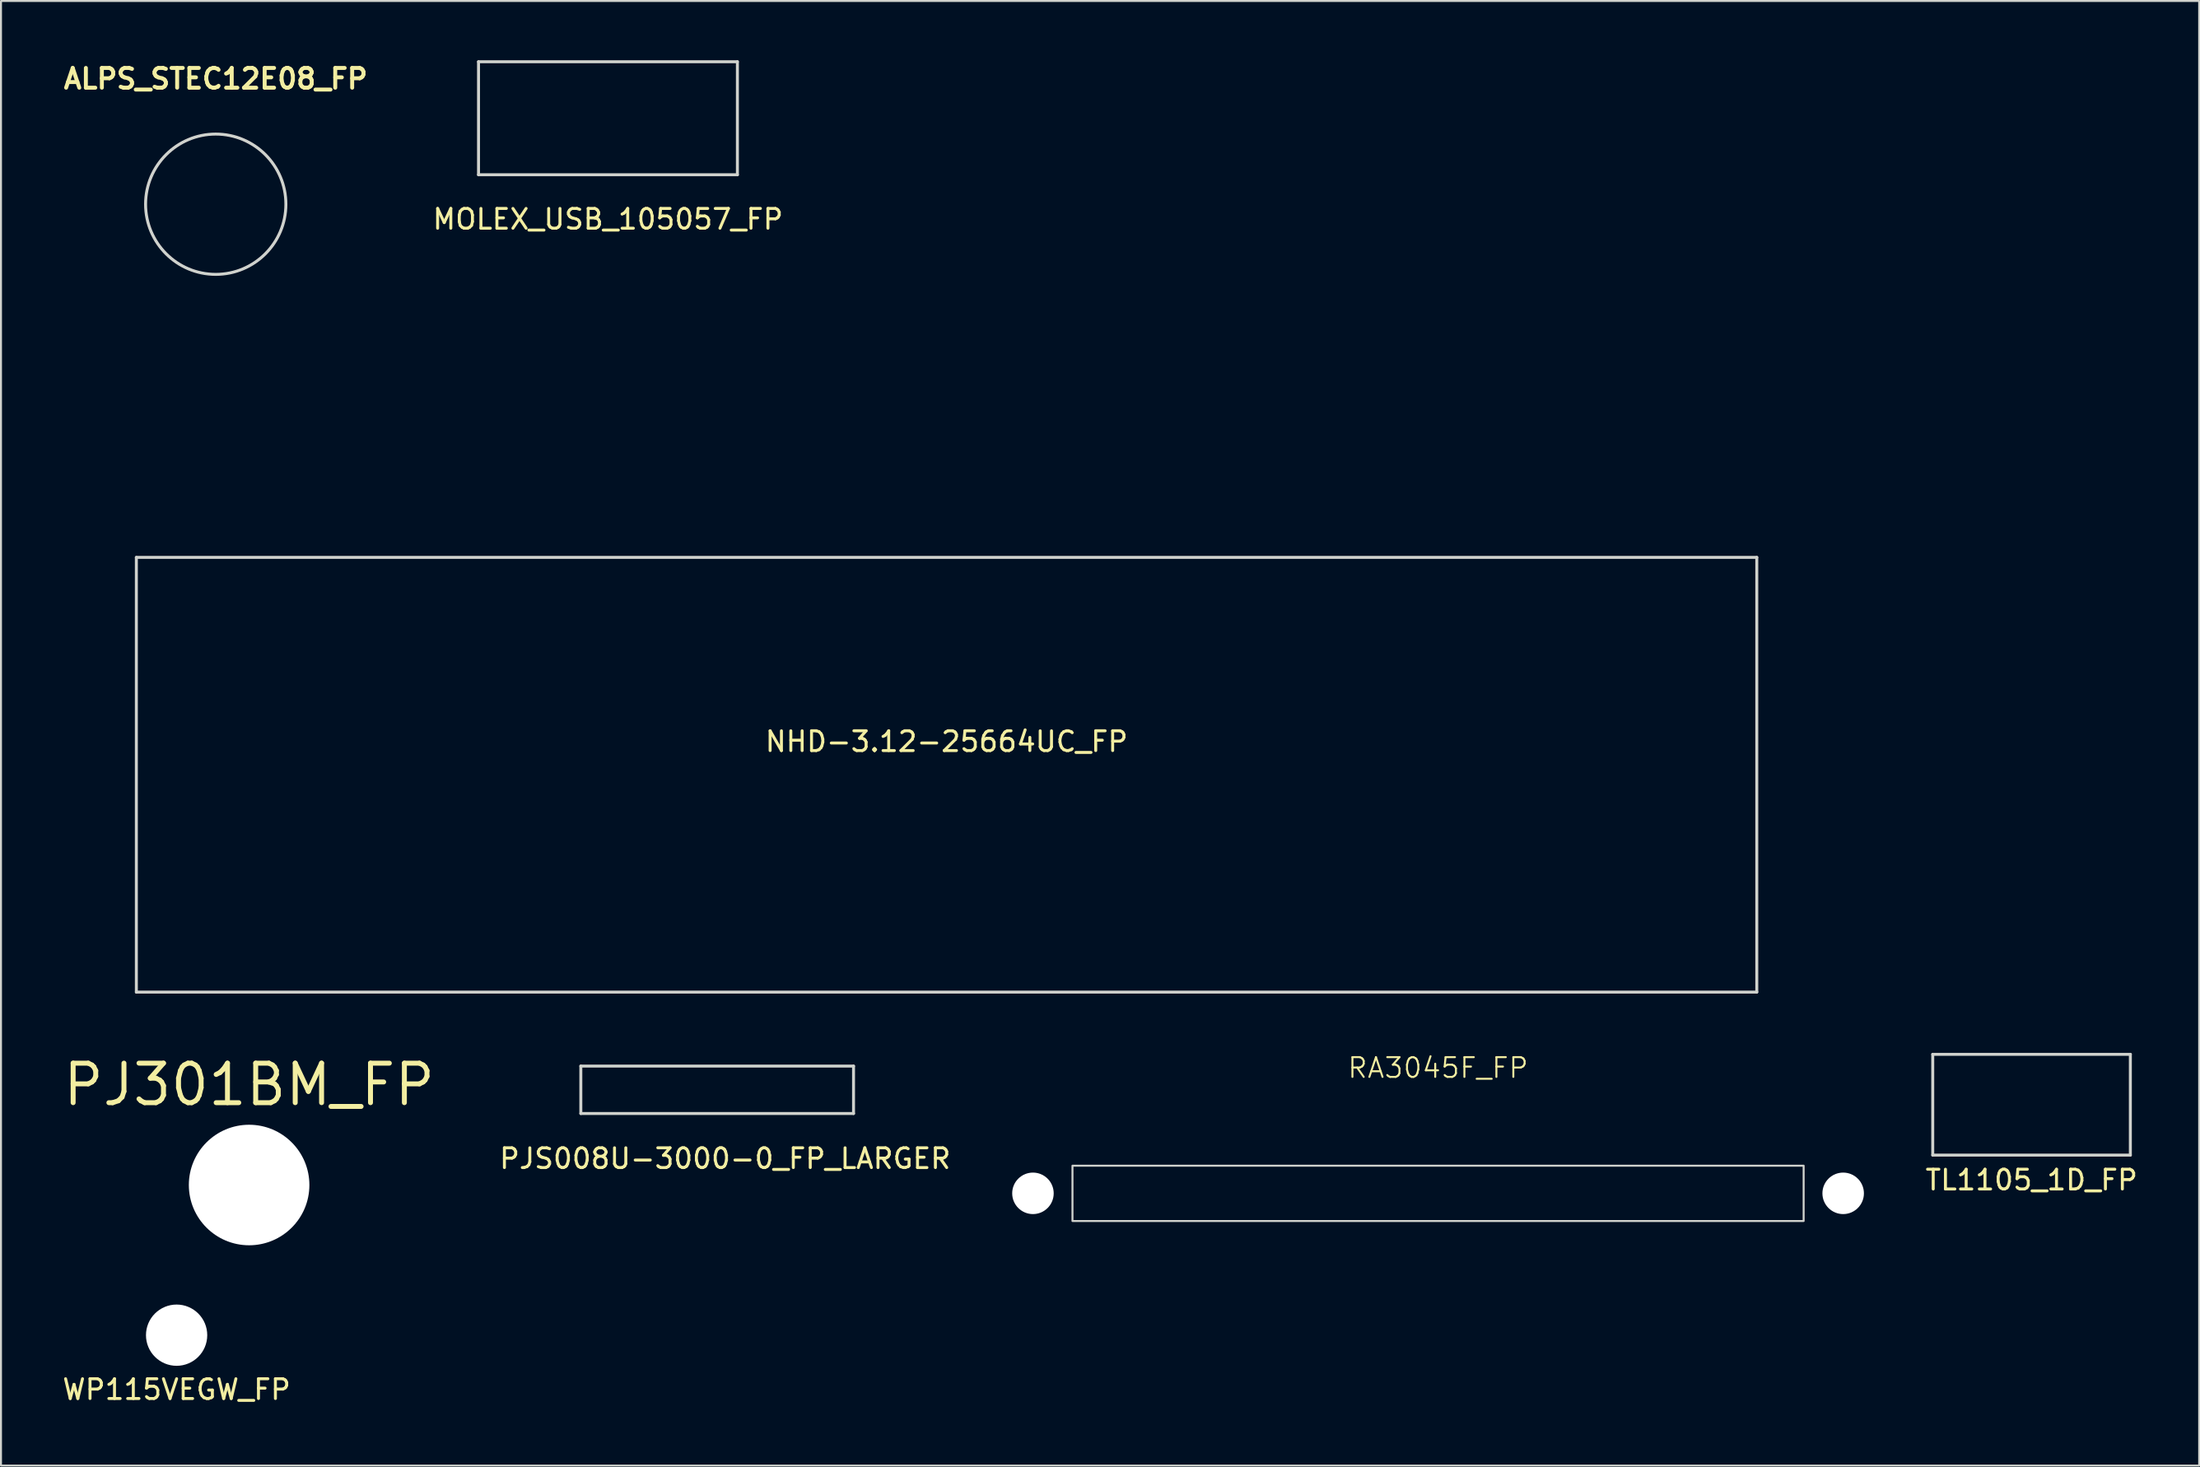
<source format=kicad_pcb>
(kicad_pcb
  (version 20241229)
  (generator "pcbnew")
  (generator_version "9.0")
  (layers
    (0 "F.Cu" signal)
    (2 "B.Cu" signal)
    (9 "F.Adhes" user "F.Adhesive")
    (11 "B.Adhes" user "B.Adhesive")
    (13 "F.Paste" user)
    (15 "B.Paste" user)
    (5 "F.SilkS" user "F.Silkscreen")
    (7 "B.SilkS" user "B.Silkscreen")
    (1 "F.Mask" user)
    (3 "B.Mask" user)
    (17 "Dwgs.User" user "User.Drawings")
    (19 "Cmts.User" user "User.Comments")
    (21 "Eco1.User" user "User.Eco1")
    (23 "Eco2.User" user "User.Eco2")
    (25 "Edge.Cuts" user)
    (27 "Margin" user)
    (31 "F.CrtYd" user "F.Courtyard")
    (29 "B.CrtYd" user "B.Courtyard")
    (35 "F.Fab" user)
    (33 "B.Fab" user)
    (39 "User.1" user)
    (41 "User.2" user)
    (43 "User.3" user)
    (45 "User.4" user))
  (footprint "WP115VEGW_FP"
    (layer "F.Cu")
    (at 5.887 64.525)
    (property "Reference" "WP115VEGW_FP" (at 0 2.75 0) (layer "F.SilkS") (effects (font (size 1 1) (thickness 0.15))))
    (attr through_hole)
    (pad "" np_thru_hole circle (at 0 0) (size 3.1 3.1) (drill 3.1) (layers "*.Cu" "*.Mask")))
  (footprint "ALPS_STEC12E08_FP"
    (layer "F.Cu")
    (at 7.867 7.286)
    (property "Reference" "ALPS_STEC12E08_FP" (at 0 -6.35 0) (layer "F.SilkS") (effects (font (size 1 1) (thickness 0.2))))
    (attr through_hole)
    (fp_circle (center 0 0) (end 3.55 0) (stroke (width 0.15) (type solid)) (fill no) (layer "Edge.Cuts")))
  (footprint "PJ301BM_FP"
    (layer "F.Cu")
    (at 9.556 56.925)
    (property "Reference" "PJ301BM_FP" (at 0 -5.08 0) (layer "F.SilkS") (effects (font (size 2 2) (thickness 0.25))))
    (attr through_hole)
    (pad "" np_thru_hole circle (at 0 0) (size 6.1 6.1) (drill 6.1) (layers "*.Cu" "*.Mask")))
  (footprint "TL1105_1D_FP"
    (layer "F.Cu")
    (at 99.754 52.861)
    (property "Reference" "TL1105_1D_FP" (at 0 3.81 0) (layer "F.SilkS") (effects (font (size 1 1) (thickness 0.15))))
    (attr through_hole)
    (fp_line (start -5 -2.55) (end 5 -2.55) (stroke (width 0.15) (type solid)) (layer "Edge.Cuts"))
    (fp_line (start -5 2.55) (end -5 -2.55) (stroke (width 0.15) (type solid)) (layer "Edge.Cuts"))
    (fp_line (start 5 -2.55) (end 5 2.55) (stroke (width 0.15) (type solid)) (layer "Edge.Cuts"))
    (fp_line (start 5 2.55) (end -5 2.55) (stroke (width 0.15) (type solid)) (layer "Edge.Cuts")))
  (footprint "NHD-3.12-25664UC_FP"
    (layer "F.Cu")
    (at 0.25 14.161)
    (property "Reference" "NHD-3.12-25664UC_FP" (at 44.6 20.32 0) (layer "F.SilkS") (effects (font (size 1 1) (thickness 0.15))))
    (attr through_hole)
    (fp_line (start 3.6 11) (end 3.6 33) (stroke (width 0.15) (type solid)) (layer "Edge.Cuts"))
    (fp_line (start 3.6 11) (end 85.6 11) (stroke (width 0.15) (type solid)) (layer "Edge.Cuts"))
    (fp_line (start 3.6 33) (end 85.6 33) (stroke (width 0.15) (type solid)) (layer "Edge.Cuts"))
    (fp_line (start 85.6 11) (end 85.6 33) (stroke (width 0.15) (type solid)) (layer "Edge.Cuts")))
  (footprint "PJS008U-3000-0_FP_LARGER"
    (layer "F.Cu")
    (at 33.642 50.486)
    (property "Reference" "PJS008U-3000-0_FP_LARGER" (at 0 5.1 0) (layer "F.SilkS") (effects (font (size 1 1) (thickness 0.15))))
    (attr through_hole)
    (fp_line (start -7.3 0.42) (end -7.3 2.82) (stroke (width 0.15) (type solid)) (layer "Edge.Cuts"))
    (fp_line (start -7.3 0.42) (end 6.5 0.42) (stroke (width 0.15) (type solid)) (layer "Edge.Cuts"))
    (fp_line (start -7.3 2.82) (end 6.5 2.82) (stroke (width 0.15) (type solid)) (layer "Edge.Cuts"))
    (fp_line (start 6.5 0.42) (end 6.5 2.82) (stroke (width 0.15) (type solid)) (layer "Edge.Cuts")))
  (footprint "MOLEX_USB_105057_FP"
    (layer "F.Cu")
    (at 27.715 4.235)
    (property "Reference" "MOLEX_USB_105057_FP" (at 0 3.81 0) (layer "F.SilkS") (effects (font (size 1 1) (thickness 0.15))))
    (attr through_hole)
    (fp_line (start -6.55 -4.16) (end -6.55 1.56) (stroke (width 0.15) (type solid)) (layer "Edge.Cuts"))
    (fp_line (start -6.55 -4.16) (end 6.55 -4.16) (stroke (width 0.15) (type solid)) (layer "Edge.Cuts"))
    (fp_line (start -6.55 1.56) (end 6.55 1.56) (stroke (width 0.15) (type solid)) (layer "Edge.Cuts"))
    (fp_line (start 6.55 -4.16) (end 6.55 1.56) (stroke (width 0.15) (type solid)) (layer "Edge.Cuts")))
  (footprint "RA3045F_FP"
    (layer "F.Cu")
    (at 69.721 57.346)
    (property "Reference" "RA3045F_FP" (at 0 -6.35 0) (unlocked yes) (layer "F.SilkS") (effects (font (size 1 1) (thickness 0.1))))
    (attr through_hole)
    (fp_rect (start -18.5 -1.4) (end 18.5 1.4) (stroke (width 0.1) (type default)) (fill no) (layer "Edge.Cuts"))
    (pad "" np_thru_hole circle (at -20.5 0) (size 2.1 2.1) (drill 2.1) (layers "*.Cu" "*.Mask"))
    (pad "" np_thru_hole circle (at 20.5 0) (size 2.1 2.1) (drill 2.1) (layers "*.Cu" "*.Mask")))
  (gr_rect
    (start -3 -3)
    (end 108.236 71.123)
    (stroke (width 0.1) (type default))
    (fill no)
    (layer "Edge.Cuts")))
</source>
